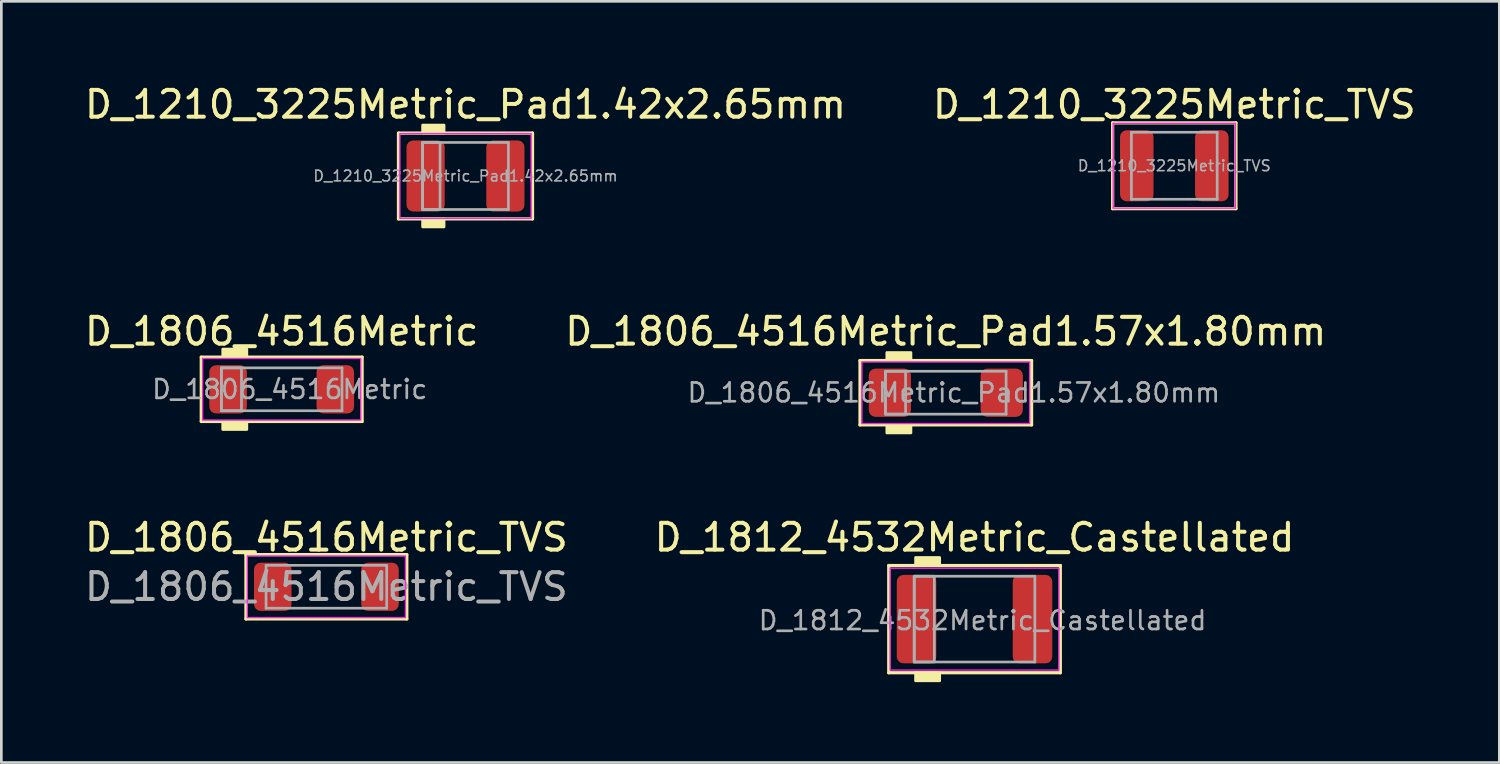
<source format=kicad_pcb>
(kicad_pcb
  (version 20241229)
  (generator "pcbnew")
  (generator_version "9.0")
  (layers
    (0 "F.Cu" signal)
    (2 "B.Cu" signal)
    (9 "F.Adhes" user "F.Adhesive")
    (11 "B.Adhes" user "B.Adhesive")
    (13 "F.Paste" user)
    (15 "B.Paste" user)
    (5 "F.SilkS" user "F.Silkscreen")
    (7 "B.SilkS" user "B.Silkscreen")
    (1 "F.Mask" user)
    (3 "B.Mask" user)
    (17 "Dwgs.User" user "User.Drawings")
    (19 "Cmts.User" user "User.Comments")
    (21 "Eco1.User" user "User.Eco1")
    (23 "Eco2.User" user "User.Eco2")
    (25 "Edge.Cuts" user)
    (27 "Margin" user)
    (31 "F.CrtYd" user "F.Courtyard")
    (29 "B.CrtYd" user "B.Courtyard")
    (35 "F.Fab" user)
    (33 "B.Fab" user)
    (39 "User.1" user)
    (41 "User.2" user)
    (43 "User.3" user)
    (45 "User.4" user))
  (footprint "D_1210_3225Metric_TVS"
    (layer "F.Cu")
    (at 40.756 3.134)
    (property "Reference" "D_1210_3225Metric_TVS" (at 0 -2.286 0) (layer "F.SilkS") (effects (font (size 1 1) (thickness 0.15))))
    (attr smd)
    (fp_line (start -2.3 -1.6) (end -2.3 1.6) (stroke (width 0.12) (type solid)) (layer "F.SilkS"))
    (fp_line (start -2.3 1.6) (end 2.3 1.6) (stroke (width 0.12) (type solid)) (layer "F.SilkS"))
    (fp_line (start 2.3 -1.6) (end -2.3 -1.6) (stroke (width 0.12) (type solid)) (layer "F.SilkS"))
    (fp_line (start 2.3 1.6) (end 2.3 -1.6) (stroke (width 0.12) (type solid)) (layer "F.SilkS"))
    (fp_line (start -2.28 -1.58) (end 2.28 -1.58) (stroke (width 0.05) (type solid)) (layer "F.CrtYd"))
    (fp_line (start -2.28 1.58) (end -2.28 -1.58) (stroke (width 0.05) (type solid)) (layer "F.CrtYd"))
    (fp_line (start 2.28 -1.58) (end 2.28 1.58) (stroke (width 0.05) (type solid)) (layer "F.CrtYd"))
    (fp_line (start 2.28 1.58) (end -2.28 1.58) (stroke (width 0.05) (type solid)) (layer "F.CrtYd"))
    (fp_line (start -1.6 -1.25) (end -1.6 1.25) (stroke (width 0.1) (type solid)) (layer "F.Fab"))
    (fp_line (start -1.6 1.25) (end 1.6 1.25) (stroke (width 0.1) (type solid)) (layer "F.Fab"))
    (fp_line (start 1.6 -1.25) (end -1.6 -1.25) (stroke (width 0.1) (type solid)) (layer "F.Fab"))
    (fp_line (start 1.6 1.25) (end 1.6 -1.25) (stroke (width 0.1) (type solid)) (layer "F.Fab"))
    (fp_text user "${REFERENCE}" (at 0 0 0) (layer "F.Fab") (effects (font (size 0.4 0.4) (thickness 0.06))))
    (pad "1" smd roundrect (at -1.4 0) (size 1.25 2.65) (layers "F.Cu" "F.Mask" "F.Paste") (roundrect_rratio 0.2))
    (pad "2" smd roundrect (at 1.4 0) (size 1.25 2.65) (layers "F.Cu" "F.Mask" "F.Paste") (roundrect_rratio 0.2)))
  (footprint "D_1812_4532Metric_Castellated"
    (layer "F.Cu")
    (at 33.304 20.046)
    (property "Reference" "D_1812_4532Metric_Castellated" (at 0 -3.048 0) (layer "F.SilkS") (effects (font (size 1 1) (thickness 0.15))))
    (attr smd)
    (fp_line (start -3.2 -2) (end -3.2 2) (stroke (width 0.12) (type solid)) (layer "F.SilkS"))
    (fp_line (start -3.2 2) (end 3.2 2) (stroke (width 0.12) (type solid)) (layer "F.SilkS"))
    (fp_line (start 3.2 -2) (end -3.2 -2) (stroke (width 0.12) (type solid)) (layer "F.SilkS"))
    (fp_line (start 3.2 2) (end 3.2 -2) (stroke (width 0.12) (type solid)) (layer "F.SilkS"))
    (fp_poly (pts (xy -1.3 -2) (xy -2.2 -2) (xy -2.2 -2.3) (xy -1.3 -2.3)) (stroke (width 0.1) (type solid)) (fill yes) (layer "F.SilkS"))
    (fp_poly (pts (xy -1.3 2.3) (xy -2.2 2.3) (xy -2.2 2) (xy -1.3 2)) (stroke (width 0.1) (type solid)) (fill yes) (layer "F.SilkS"))
    (fp_rect (start -3.15 -1.9) (end 3.15 1.9) (stroke (width 0.05) (type solid)) (fill no) (layer "F.CrtYd"))
    (fp_line (start -2.25 -1.6) (end -2.25 1.6) (stroke (width 0.1) (type solid)) (layer "F.Fab"))
    (fp_line (start -2.25 1.6) (end 2.25 1.6) (stroke (width 0.1) (type solid)) (layer "F.Fab"))
    (fp_line (start 2.25 -1.6) (end -2.25 -1.6) (stroke (width 0.1) (type solid)) (layer "F.Fab"))
    (fp_line (start 2.25 1.6) (end 2.25 -1.6) (stroke (width 0.1) (type solid)) (layer "F.Fab"))
    (fp_rect (start -2.25 -1.6) (end -1.5 1.6) (stroke (width 0.1) (type solid)) (fill no) (layer "F.Fab"))
    (fp_text user "${REFERENCE}" (at 0.3 0.05 0) (layer "F.Fab") (effects (font (size 0.7 0.7) (thickness 0.1))))
    (pad "1" smd roundrect (at -2.163 0) (size 1.475 3.3) (layers "F.Cu" "F.Mask" "F.Paste") (roundrect_rratio 0.169))
    (pad "2" smd roundrect (at 2.163 0) (size 1.475 3.3) (layers "F.Cu" "F.Mask" "F.Paste") (roundrect_rratio 0.169)))
  (footprint "D_1210_3225Metric_Pad1.42x2.65mm"
    (layer "F.Cu")
    (at 14.315 3.515)
    (property "Reference" "D_1210_3225Metric_Pad1.42x2.65mm" (at 0 -2.667 0) (layer "F.SilkS") (effects (font (size 1 1) (thickness 0.15))))
    (attr smd)
    (fp_line (start -2.5 -1.6) (end -2.5 1.6) (stroke (width 0.12) (type solid)) (layer "F.SilkS"))
    (fp_line (start -2.5 1.6) (end 2.5 1.6) (stroke (width 0.12) (type solid)) (layer "F.SilkS"))
    (fp_line (start 2.5 -1.6) (end -2.5 -1.6) (stroke (width 0.12) (type solid)) (layer "F.SilkS"))
    (fp_line (start 2.5 1.6) (end 2.5 -1.6) (stroke (width 0.12) (type solid)) (layer "F.SilkS"))
    (fp_poly (pts (xy -0.8 -1.6) (xy -1.6 -1.6) (xy -1.6 -1.9) (xy -0.8 -1.9)) (stroke (width 0.1) (type solid)) (fill yes) (layer "F.SilkS"))
    (fp_poly (pts (xy -0.8 1.9) (xy -1.6 1.9) (xy -1.6 1.6) (xy -0.8 1.6)) (stroke (width 0.1) (type solid)) (fill yes) (layer "F.SilkS"))
    (fp_rect (start -2.45 -1.58) (end 2.45 1.58) (stroke (width 0.05) (type solid)) (fill no) (layer "F.CrtYd"))
    (fp_line (start -1.6 -1.25) (end -1.6 1.25) (stroke (width 0.1) (type solid)) (layer "F.Fab"))
    (fp_line (start -1.6 1.25) (end 1.6 1.25) (stroke (width 0.1) (type solid)) (layer "F.Fab"))
    (fp_line (start 1.6 -1.25) (end -1.6 -1.25) (stroke (width 0.1) (type solid)) (layer "F.Fab"))
    (fp_line (start 1.6 1.25) (end 1.6 -1.25) (stroke (width 0.1) (type solid)) (layer "F.Fab"))
    (fp_rect (start -1.6 -1.25) (end -0.95 1.25) (stroke (width 0.1) (type solid)) (fill no) (layer "F.Fab"))
    (fp_text user "${REFERENCE}" (at 0 0 0) (layer "F.Fab") (effects (font (size 0.4 0.4) (thickness 0.06))))
    (pad "1" smd roundrect (at -1.488 0) (size 1.425 2.65) (layers "F.Cu" "F.Mask" "F.Paste") (roundrect_rratio 0.175))
    (pad "2" smd roundrect (at 1.488 0) (size 1.425 2.65) (layers "F.Cu" "F.Mask" "F.Paste") (roundrect_rratio 0.175)))
  (footprint "D_1806_4516Metric_TVS"
    (layer "F.Cu")
    (at 9.125 18.839)
    (property "Reference" "D_1806_4516Metric_TVS" (at 0 -1.841 0) (layer "F.SilkS") (effects (font (size 1 1) (thickness 0.15))))
    (attr smd)
    (fp_line (start -3 -1.2) (end -3 1.2) (stroke (width 0.12) (type solid)) (layer "F.SilkS"))
    (fp_line (start -3 1.2) (end 3 1.2) (stroke (width 0.12) (type solid)) (layer "F.SilkS"))
    (fp_line (start 3 -1.2) (end -3 -1.2) (stroke (width 0.12) (type solid)) (layer "F.SilkS"))
    (fp_line (start 3 1.2) (end 3 -1.2) (stroke (width 0.12) (type solid)) (layer "F.SilkS"))
    (fp_rect (start -2.95 -1.15) (end 2.95 1.15) (stroke (width 0.05) (type solid)) (fill no) (layer "F.CrtYd"))
    (fp_line (start -2.25 -0.8) (end -2.25 0.8) (stroke (width 0.1) (type solid)) (layer "F.Fab"))
    (fp_line (start -2.25 0.8) (end 2.25 0.8) (stroke (width 0.1) (type solid)) (layer "F.Fab"))
    (fp_line (start 2.25 -0.8) (end -2.25 -0.8) (stroke (width 0.1) (type solid)) (layer "F.Fab"))
    (fp_line (start 2.25 0.8) (end 2.25 -0.8) (stroke (width 0.1) (type solid)) (layer "F.Fab"))
    (fp_text user "${REFERENCE}" (at 0 0 0) (layer "F.Fab") (effects (font (size 1 1) (thickness 0.15))))
    (pad "1" smd roundrect (at -2 0) (size 1.4 1.8) (layers "F.Cu" "F.Mask" "F.Paste") (roundrect_rratio 0.179))
    (pad "2" smd roundrect (at 2 0) (size 1.4 1.8) (layers "F.Cu" "F.Mask" "F.Paste") (roundrect_rratio 0.179)))
  (footprint "D_1806_4516Metric_Pad1.57x1.80mm"
    (layer "F.Cu")
    (at 32.232 11.6)
    (property "Reference" "D_1806_4516Metric_Pad1.57x1.80mm" (at 0 -2.286 0) (layer "F.SilkS") (effects (font (size 1 1) (thickness 0.15))))
    (attr smd)
    (fp_line (start -3.2 -1.2) (end -3.2 1.2) (stroke (width 0.12) (type solid)) (layer "F.SilkS"))
    (fp_line (start -3.2 1.2) (end 3.2 1.2) (stroke (width 0.12) (type solid)) (layer "F.SilkS"))
    (fp_line (start 3.2 -1.2) (end -3.2 -1.2) (stroke (width 0.12) (type solid)) (layer "F.SilkS"))
    (fp_line (start 3.2 1.2) (end 3.2 -1.2) (stroke (width 0.12) (type solid)) (layer "F.SilkS"))
    (fp_poly (pts (xy -1.3 -1.2) (xy -2.2 -1.2) (xy -2.2 -1.5) (xy -1.3 -1.5)) (stroke (width 0.1) (type solid)) (fill yes) (layer "F.SilkS"))
    (fp_poly (pts (xy -1.3 1.5) (xy -2.2 1.5) (xy -2.2 1.2) (xy -1.3 1.2)) (stroke (width 0.1) (type solid)) (fill yes) (layer "F.SilkS"))
    (fp_rect (start -3.13 -1.15) (end 3.13 1.15) (stroke (width 0.05) (type solid)) (fill no) (layer "F.CrtYd"))
    (fp_line (start -2.25 -0.8) (end -2.25 0.8) (stroke (width 0.1) (type solid)) (layer "F.Fab"))
    (fp_line (start -2.25 0.8) (end 2.25 0.8) (stroke (width 0.1) (type solid)) (layer "F.Fab"))
    (fp_line (start 2.25 -0.8) (end -2.25 -0.8) (stroke (width 0.1) (type solid)) (layer "F.Fab"))
    (fp_line (start 2.25 0.8) (end 2.25 -0.8) (stroke (width 0.1) (type solid)) (layer "F.Fab"))
    (fp_rect (start -2.25 -0.8) (end -1.5 0.8) (stroke (width 0.1) (type solid)) (fill no) (layer "F.Fab"))
    (fp_text user "${REFERENCE}" (at 0.3 0 0) (layer "F.Fab") (effects (font (size 0.7 0.7) (thickness 0.1))))
    (pad "1" smd roundrect (at -2.087 0) (size 1.575 1.8) (layers "F.Cu" "F.Mask" "F.Paste") (roundrect_rratio 0.159))
    (pad "2" smd roundrect (at 2.087 0) (size 1.575 1.8) (layers "F.Cu" "F.Mask" "F.Paste") (roundrect_rratio 0.159)))
  (footprint "D_1806_4516Metric"
    (layer "F.Cu")
    (at 7.458 11.473)
    (property "Reference" "D_1806_4516Metric" (at 0 -2.159 0) (layer "F.SilkS") (effects (font (size 1 1) (thickness 0.15))))
    (attr smd)
    (fp_line (start -3 -1.2) (end -3 1.2) (stroke (width 0.12) (type solid)) (layer "F.SilkS"))
    (fp_line (start -3 1.2) (end 3 1.2) (stroke (width 0.12) (type solid)) (layer "F.SilkS"))
    (fp_line (start 3 -1.2) (end -3 -1.2) (stroke (width 0.12) (type solid)) (layer "F.SilkS"))
    (fp_line (start 3 1.2) (end 3 -1.2) (stroke (width 0.12) (type solid)) (layer "F.SilkS"))
    (fp_poly (pts (xy -1.3 -1.2) (xy -2.2 -1.2) (xy -2.2 -1.5) (xy -1.3 -1.5)) (stroke (width 0.1) (type solid)) (fill yes) (layer "F.SilkS"))
    (fp_poly (pts (xy -1.3 1.5) (xy -2.2 1.5) (xy -2.2 1.2) (xy -1.3 1.2)) (stroke (width 0.1) (type solid)) (fill yes) (layer "F.SilkS"))
    (fp_rect (start -2.95 -1.15) (end 2.95 1.15) (stroke (width 0.05) (type solid)) (fill no) (layer "F.CrtYd"))
    (fp_line (start -2.25 -0.8) (end -2.25 0.8) (stroke (width 0.1) (type solid)) (layer "F.Fab"))
    (fp_line (start -2.25 0.8) (end 2.25 0.8) (stroke (width 0.1) (type solid)) (layer "F.Fab"))
    (fp_line (start 2.25 -0.8) (end -2.25 -0.8) (stroke (width 0.1) (type solid)) (layer "F.Fab"))
    (fp_line (start 2.25 0.8) (end 2.25 -0.8) (stroke (width 0.1) (type solid)) (layer "F.Fab"))
    (fp_rect (start -2.25 -0.8) (end -1.5 0.8) (stroke (width 0.1) (type solid)) (fill no) (layer "F.Fab"))
    (fp_text user "${REFERENCE}" (at 0.3 0 0) (layer "F.Fab") (effects (font (size 0.7 0.7) (thickness 0.1))))
    (pad "1" smd roundrect (at -2 0) (size 1.4 1.8) (layers "F.Cu" "F.Mask" "F.Paste") (roundrect_rratio 0.179))
    (pad "2" smd roundrect (at 2 0) (size 1.4 1.8) (layers "F.Cu" "F.Mask" "F.Paste") (roundrect_rratio 0.179)))
  (gr_rect
    (start -3 -3)
    (end 52.881 25.396)
    (stroke (width 0.1) (type default))
    (fill no)
    (layer "Edge.Cuts")))
</source>
